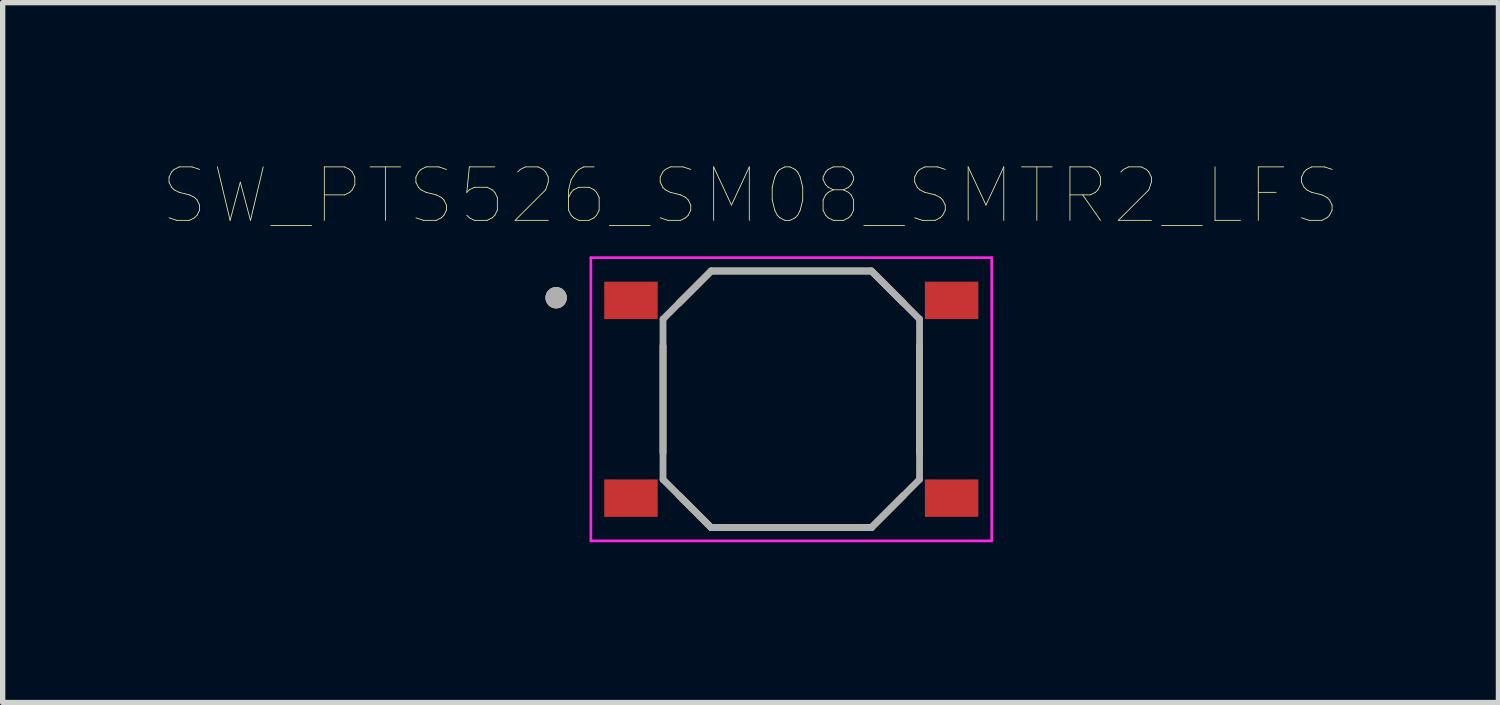
<source format=kicad_pcb>
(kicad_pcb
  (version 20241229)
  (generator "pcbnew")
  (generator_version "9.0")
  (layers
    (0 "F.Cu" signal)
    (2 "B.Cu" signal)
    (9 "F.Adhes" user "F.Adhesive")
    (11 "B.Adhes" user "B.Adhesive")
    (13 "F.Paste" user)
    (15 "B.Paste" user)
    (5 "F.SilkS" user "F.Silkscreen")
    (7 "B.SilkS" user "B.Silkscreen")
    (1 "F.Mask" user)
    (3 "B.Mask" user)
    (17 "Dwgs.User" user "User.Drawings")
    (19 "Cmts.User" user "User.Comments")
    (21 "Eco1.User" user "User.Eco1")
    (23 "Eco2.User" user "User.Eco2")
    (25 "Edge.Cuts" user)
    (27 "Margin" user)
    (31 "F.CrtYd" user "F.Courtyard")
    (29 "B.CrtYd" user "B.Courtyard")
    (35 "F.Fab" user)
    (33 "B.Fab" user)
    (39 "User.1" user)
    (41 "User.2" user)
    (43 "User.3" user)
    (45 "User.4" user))
  (footprint "SW_PTS526_SM08_SMTR2_LFS"
    (layer "F.Cu")
    (at 11.756 4.421)
    (property "Reference" "SW_PTS526_SM08_SMTR2_LFS" (at -0.762 -3.81 0) (layer "F.SilkS") (effects (font (size 1 1) (thickness 0.015))))
    (attr through_hole)
    (fp_line (start -2.4 -1) (end -2.4 1) (stroke (width 0.127) (type solid)) (layer "F.SilkS"))
    (fp_line (start -2.1 1.8) (end -1.5 2.4) (stroke (width 0.127) (type solid)) (layer "F.SilkS"))
    (fp_line (start -1.5 -2.4) (end -2.1 -1.8) (stroke (width 0.127) (type solid)) (layer "F.SilkS"))
    (fp_line (start -1.5 2.4) (end 1.5 2.4) (stroke (width 0.127) (type solid)) (layer "F.SilkS"))
    (fp_line (start 1.5 -2.4) (end -1.5 -2.4) (stroke (width 0.127) (type solid)) (layer "F.SilkS"))
    (fp_line (start 1.5 -2.4) (end 2.1 -1.8) (stroke (width 0.127) (type solid)) (layer "F.SilkS"))
    (fp_line (start 1.5 2.4) (end 2.1 1.8) (stroke (width 0.127) (type solid)) (layer "F.SilkS"))
    (fp_line (start 2.4 -1) (end 2.4 1) (stroke (width 0.127) (type solid)) (layer "F.SilkS"))
    (fp_circle (center -4.4 -1.9) (end -4.3 -1.9) (stroke (width 0.2) (type solid)) (fill no) (layer "F.SilkS"))
    (fp_line (start -3.75 -2.65) (end 3.75 -2.65) (stroke (width 0.05) (type solid)) (layer "F.CrtYd"))
    (fp_line (start -3.75 2.65) (end -3.75 -2.65) (stroke (width 0.05) (type solid)) (layer "F.CrtYd"))
    (fp_line (start 3.75 -2.65) (end 3.75 2.65) (stroke (width 0.05) (type solid)) (layer "F.CrtYd"))
    (fp_line (start 3.75 2.65) (end -3.75 2.65) (stroke (width 0.05) (type solid)) (layer "F.CrtYd"))
    (fp_line (start -2.4 -1.5) (end -2.4 1.5) (stroke (width 0.127) (type solid)) (layer "F.Fab"))
    (fp_line (start -1.5 -2.4) (end -2.4 -1.5) (stroke (width 0.127) (type solid)) (layer "F.Fab"))
    (fp_line (start -1.5 -2.4) (end 1.5 -2.4) (stroke (width 0.127) (type solid)) (layer "F.Fab"))
    (fp_line (start -1.5 2.4) (end -2.4 1.5) (stroke (width 0.127) (type solid)) (layer "F.Fab"))
    (fp_line (start -1.5 2.4) (end 1.5 2.4) (stroke (width 0.127) (type solid)) (layer "F.Fab"))
    (fp_line (start 1.5 -2.4) (end 2.4 -1.5) (stroke (width 0.127) (type solid)) (layer "F.Fab"))
    (fp_line (start 1.5 2.4) (end 2.4 1.5) (stroke (width 0.127) (type solid)) (layer "F.Fab"))
    (fp_line (start 2.4 -1.5) (end 2.4 1.5) (stroke (width 0.127) (type solid)) (layer "F.Fab"))
    (fp_circle (center -4.4 -1.9) (end -4.3 -1.9) (stroke (width 0.2) (type solid)) (fill no) (layer "F.Fab"))
    (pad "1" smd rect (at -3 -1.85) (size 1 0.7) (layers "F.Cu" "F.Mask" "F.Paste"))
    (pad "1" smd rect (at 3 -1.85) (size 1 0.7) (layers "F.Cu" "F.Mask" "F.Paste"))
    (pad "2" smd rect (at -3 1.85) (size 1 0.7) (layers "F.Cu" "F.Mask" "F.Paste"))
    (pad "2" smd rect (at 3 1.85) (size 1 0.7) (layers "F.Cu" "F.Mask" "F.Paste")))
  (gr_rect
    (start -3 -3)
    (end 24.988 10.096)
    (stroke (width 0.1) (type default))
    (fill no)
    (layer "Edge.Cuts")))
</source>
